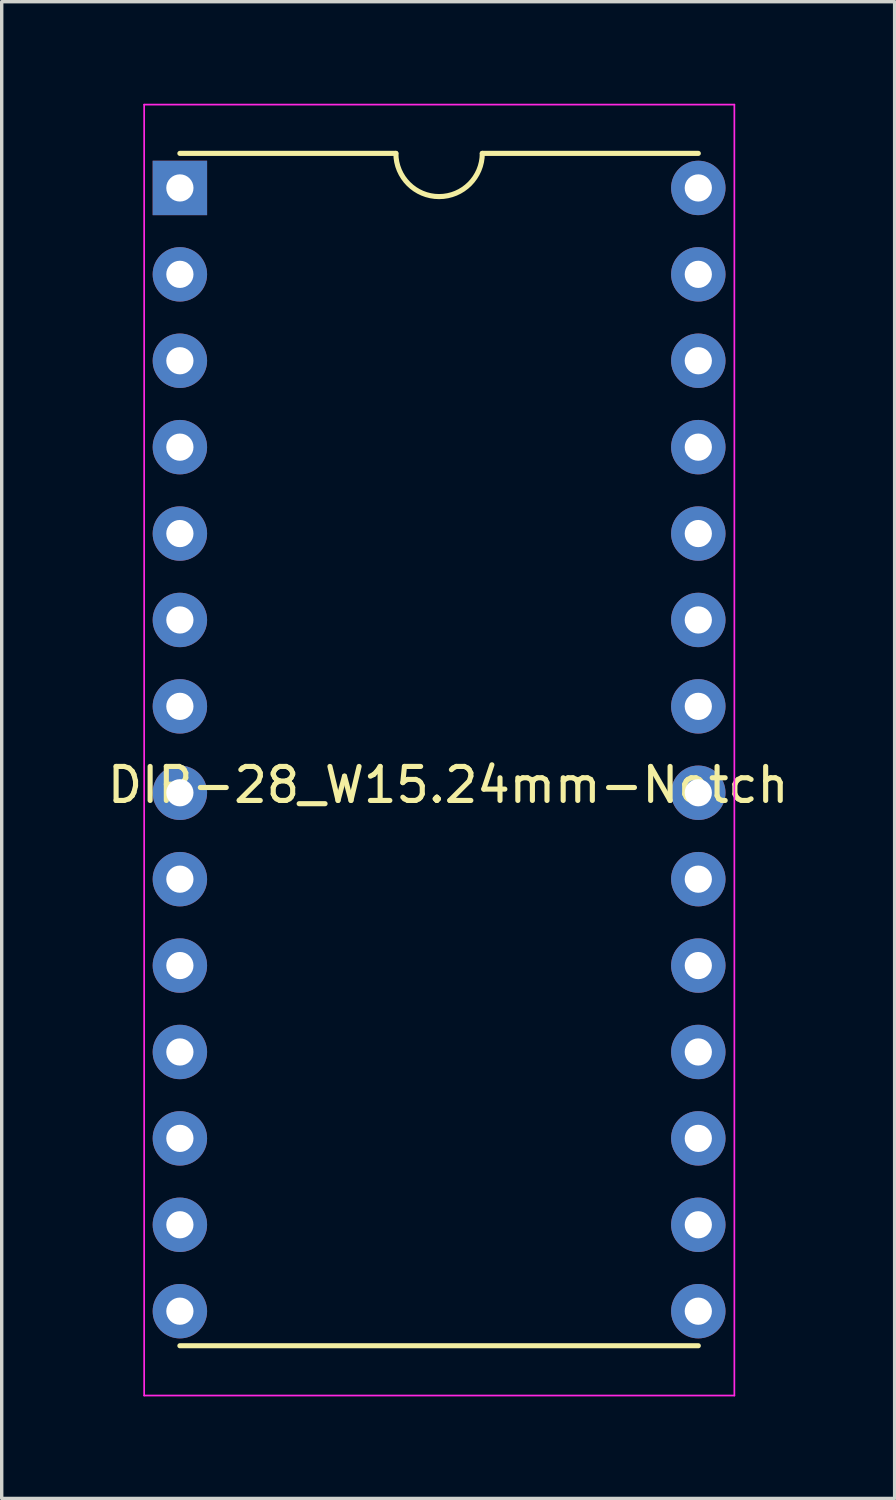
<source format=kicad_pcb>
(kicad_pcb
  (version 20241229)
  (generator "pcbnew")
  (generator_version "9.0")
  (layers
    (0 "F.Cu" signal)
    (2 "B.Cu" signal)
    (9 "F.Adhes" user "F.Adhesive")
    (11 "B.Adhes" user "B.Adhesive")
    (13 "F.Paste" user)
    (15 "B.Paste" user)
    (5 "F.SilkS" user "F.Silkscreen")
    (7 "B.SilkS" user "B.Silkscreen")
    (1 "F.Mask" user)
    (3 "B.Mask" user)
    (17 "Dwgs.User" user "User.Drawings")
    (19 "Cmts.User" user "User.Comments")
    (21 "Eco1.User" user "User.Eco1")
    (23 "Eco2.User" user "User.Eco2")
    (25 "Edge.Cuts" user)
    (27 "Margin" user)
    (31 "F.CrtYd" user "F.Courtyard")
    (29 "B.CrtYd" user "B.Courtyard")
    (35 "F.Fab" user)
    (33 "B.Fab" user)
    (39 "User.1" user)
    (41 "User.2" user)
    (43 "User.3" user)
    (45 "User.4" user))
  (footprint "DIP-28_W15.24mm-Notch"
    (layer "F.Cu")
    (at 2.238 2.475)
    (property "Reference" "DIP-28_W15.24mm-Notch" (at 7.887 17.551 0) (layer "F.SilkS") (effects (font (size 1 1) (thickness 0.15))))
    (attr through_hole)
    (fp_line (start 0 -1.016) (end 6.35 -1.016) (stroke (width 0.15) (type solid)) (layer "F.SilkS"))
    (fp_line (start 0 34.036) (end 15.24 34.036) (stroke (width 0.15) (type solid)) (layer "F.SilkS"))
    (fp_line (start 8.89 -1.016) (end 15.24 -1.016) (stroke (width 0.15) (type solid)) (layer "F.SilkS"))
    (fp_arc (start 8.89 -1.016) (mid 7.62 0.254) (end 6.35 -1.016) (stroke (width 0.15) (type solid)) (layer "F.SilkS"))
    (fp_line (start -1.05 -2.45) (end -1.05 35.5) (stroke (width 0.05) (type solid)) (layer "F.CrtYd"))
    (fp_line (start -1.05 -2.45) (end 16.3 -2.45) (stroke (width 0.05) (type solid)) (layer "F.CrtYd"))
    (fp_line (start -1.05 35.5) (end 16.3 35.5) (stroke (width 0.05) (type solid)) (layer "F.CrtYd"))
    (fp_line (start 16.3 -2.45) (end 16.3 35.5) (stroke (width 0.05) (type solid)) (layer "F.CrtYd"))
    (pad "1" thru_hole rect (at 0 0) (size 1.6 1.6) (drill 0.8) (layers "*.Cu" "*.Mask"))
    (pad "2" thru_hole oval (at 0 2.54) (size 1.6 1.6) (drill 0.8) (layers "*.Cu" "*.Mask"))
    (pad "3" thru_hole oval (at 0 5.08) (size 1.6 1.6) (drill 0.8) (layers "*.Cu" "*.Mask"))
    (pad "4" thru_hole oval (at 0 7.62) (size 1.6 1.6) (drill 0.8) (layers "*.Cu" "*.Mask"))
    (pad "5" thru_hole oval (at 0 10.16) (size 1.6 1.6) (drill 0.8) (layers "*.Cu" "*.Mask"))
    (pad "6" thru_hole oval (at 0 12.7) (size 1.6 1.6) (drill 0.8) (layers "*.Cu" "*.Mask"))
    (pad "7" thru_hole oval (at 0 15.24) (size 1.6 1.6) (drill 0.8) (layers "*.Cu" "*.Mask"))
    (pad "8" thru_hole oval (at 0 17.78) (size 1.6 1.6) (drill 0.8) (layers "*.Cu" "*.Mask"))
    (pad "9" thru_hole oval (at 0 20.32) (size 1.6 1.6) (drill 0.8) (layers "*.Cu" "*.Mask"))
    (pad "10" thru_hole oval (at 0 22.86) (size 1.6 1.6) (drill 0.8) (layers "*.Cu" "*.Mask"))
    (pad "11" thru_hole oval (at 0 25.4) (size 1.6 1.6) (drill 0.8) (layers "*.Cu" "*.Mask"))
    (pad "12" thru_hole oval (at 0 27.94) (size 1.6 1.6) (drill 0.8) (layers "*.Cu" "*.Mask"))
    (pad "13" thru_hole oval (at 0 30.48) (size 1.6 1.6) (drill 0.8) (layers "*.Cu" "*.Mask"))
    (pad "14" thru_hole oval (at 0 33.02) (size 1.6 1.6) (drill 0.8) (layers "*.Cu" "*.Mask"))
    (pad "15" thru_hole oval (at 15.24 33.02) (size 1.6 1.6) (drill 0.8) (layers "*.Cu" "*.Mask"))
    (pad "16" thru_hole oval (at 15.24 30.48) (size 1.6 1.6) (drill 0.8) (layers "*.Cu" "*.Mask"))
    (pad "17" thru_hole oval (at 15.24 27.94) (size 1.6 1.6) (drill 0.8) (layers "*.Cu" "*.Mask"))
    (pad "18" thru_hole oval (at 15.24 25.4) (size 1.6 1.6) (drill 0.8) (layers "*.Cu" "*.Mask"))
    (pad "19" thru_hole oval (at 15.24 22.86) (size 1.6 1.6) (drill 0.8) (layers "*.Cu" "*.Mask"))
    (pad "20" thru_hole oval (at 15.24 20.32) (size 1.6 1.6) (drill 0.8) (layers "*.Cu" "*.Mask"))
    (pad "21" thru_hole oval (at 15.24 17.78) (size 1.6 1.6) (drill 0.8) (layers "*.Cu" "*.Mask"))
    (pad "22" thru_hole oval (at 15.24 15.24) (size 1.6 1.6) (drill 0.8) (layers "*.Cu" "*.Mask"))
    (pad "23" thru_hole oval (at 15.24 12.7) (size 1.6 1.6) (drill 0.8) (layers "*.Cu" "*.Mask"))
    (pad "24" thru_hole oval (at 15.24 10.16) (size 1.6 1.6) (drill 0.8) (layers "*.Cu" "*.Mask"))
    (pad "25" thru_hole oval (at 15.24 7.62) (size 1.6 1.6) (drill 0.8) (layers "*.Cu" "*.Mask"))
    (pad "26" thru_hole oval (at 15.24 5.08) (size 1.6 1.6) (drill 0.8) (layers "*.Cu" "*.Mask"))
    (pad "27" thru_hole oval (at 15.24 2.54) (size 1.6 1.6) (drill 0.8) (layers "*.Cu" "*.Mask"))
    (pad "28" thru_hole oval (at 15.24 0) (size 1.6 1.6) (drill 0.8) (layers "*.Cu" "*.Mask")))
  (gr_rect
    (start -3 -3)
    (end 23.25 41)
    (stroke (width 0.1) (type default))
    (fill no)
    (layer "Edge.Cuts")))
</source>
